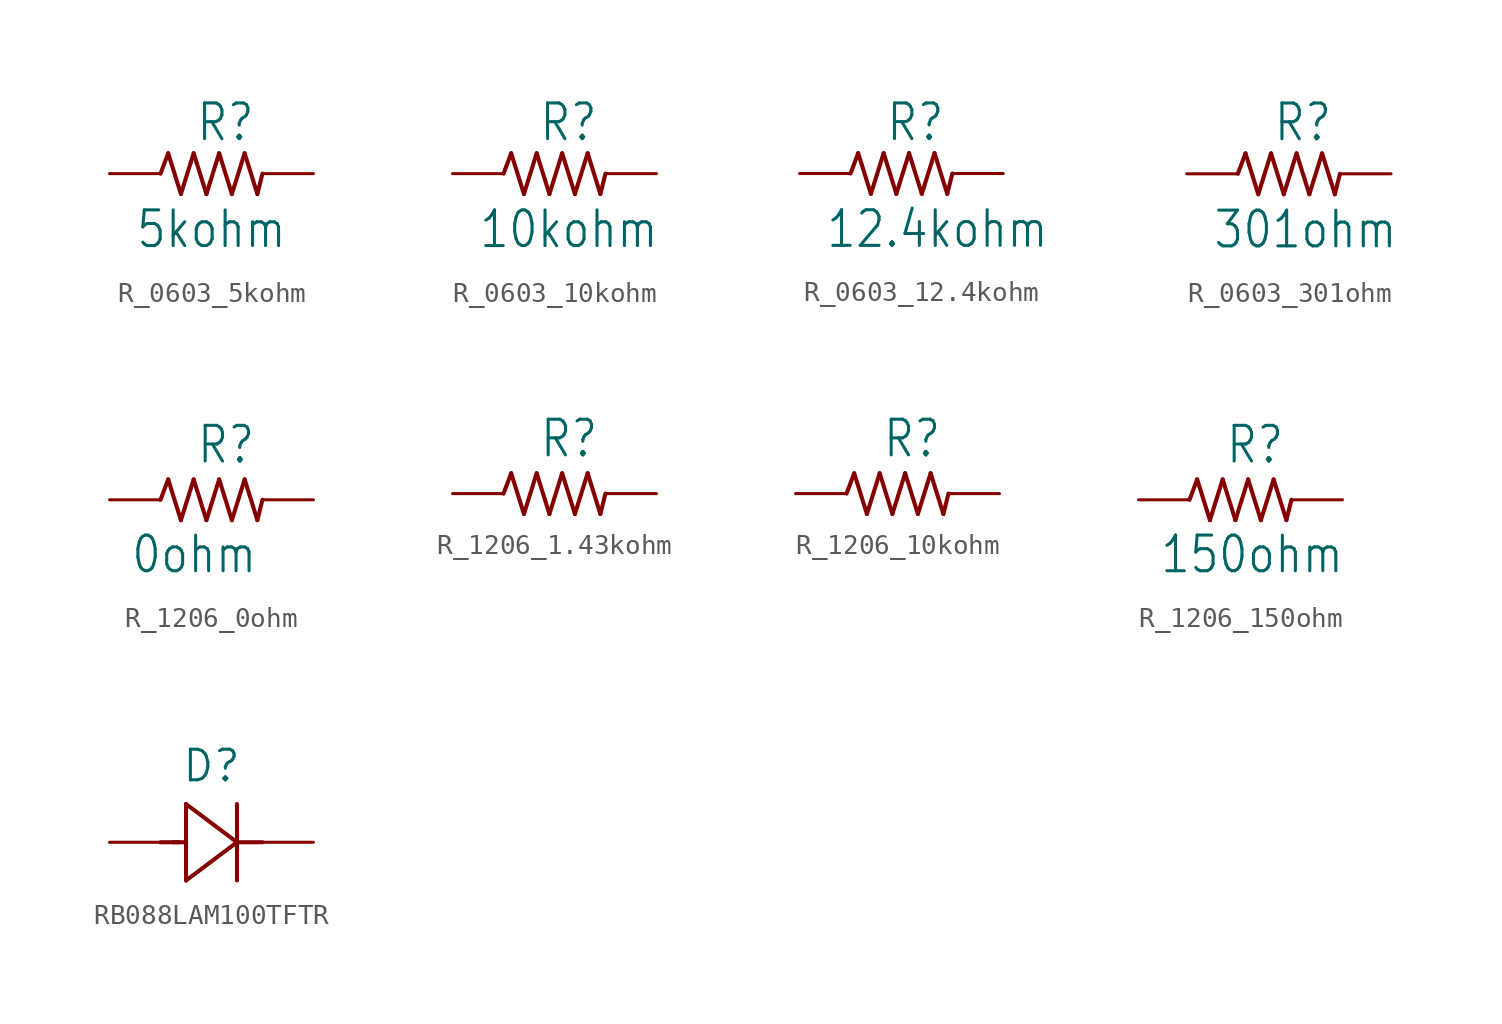
<source format=kicad_sym>
(kicad_symbol_lib
  (version 20220914)
  (generator kicad_symbol_editor)
  (symbol "R_0603_5kohm"
    (pin_numbers hide)
    (pin_names hide)
    (property "Reference" "R"
      (at -0.805 1.519 0)
      (effects (font (size 1.778 1.511)) (justify left bottom)))
    (property "Value" "5kohm"
      (at -3.81 -3.81 0)
      (effects (font (size 1.778 1.511)) (justify left bottom)))
    (symbol "R_0603_5kohm_1_0"
      (polyline (pts (xy -2.54 0) (xy -2.159 1.016)) (stroke (width 0.203) (type solid)) (fill (type none)))
      (polyline (pts (xy -2.159 1.016) (xy -1.524 -1.016)) (stroke (width 0.203) (type solid)) (fill (type none)))
      (polyline (pts (xy -1.524 -1.016) (xy -0.889 1.016)) (stroke (width 0.203) (type solid)) (fill (type none)))
      (polyline (pts (xy -0.889 1.016) (xy -0.254 -1.016)) (stroke (width 0.203) (type solid)) (fill (type none)))
      (polyline (pts (xy -0.254 -1.016) (xy 0.381 1.016)) (stroke (width 0.203) (type solid)) (fill (type none)))
      (polyline (pts (xy 0.381 1.016) (xy 1.016 -1.016)) (stroke (width 0.203) (type solid)) (fill (type none)))
      (polyline (pts (xy 1.016 -1.016) (xy 1.651 1.016)) (stroke (width 0.203) (type solid)) (fill (type none)))
      (polyline (pts (xy 1.651 1.016) (xy 2.286 -1.016)) (stroke (width 0.203) (type solid)) (fill (type none)))
      (polyline (pts (xy 2.286 -1.016) (xy 2.54 0)) (stroke (width 0.203) (type solid)) (fill (type none)))
      (pin passive line (at -5.08 0 0) (length 2.54) (name "1" (effects (font (size 0 0)))) (number "1" (effects (font (size 0 0)))))
      (pin passive line (at 5.08 0 180) (length 2.54) (name "2" (effects (font (size 0 0)))) (number "2" (effects (font (size 0 0)))))))
  (symbol "R_0603_10kohm"
    (pin_numbers hide)
    (pin_names hide)
    (property "Reference" "R"
      (at -0.805 1.519 0)
      (effects (font (size 1.778 1.511)) (justify left bottom)))
    (property "Value" "10kohm"
      (at -3.81 -3.81 0)
      (effects (font (size 1.778 1.511)) (justify left bottom)))
    (symbol "R_0603_10kohm_1_0"
      (polyline (pts (xy -2.54 0) (xy -2.159 1.016)) (stroke (width 0.203) (type solid)) (fill (type none)))
      (polyline (pts (xy -2.159 1.016) (xy -1.524 -1.016)) (stroke (width 0.203) (type solid)) (fill (type none)))
      (polyline (pts (xy -1.524 -1.016) (xy -0.889 1.016)) (stroke (width 0.203) (type solid)) (fill (type none)))
      (polyline (pts (xy -0.889 1.016) (xy -0.254 -1.016)) (stroke (width 0.203) (type solid)) (fill (type none)))
      (polyline (pts (xy -0.254 -1.016) (xy 0.381 1.016)) (stroke (width 0.203) (type solid)) (fill (type none)))
      (polyline (pts (xy 0.381 1.016) (xy 1.016 -1.016)) (stroke (width 0.203) (type solid)) (fill (type none)))
      (polyline (pts (xy 1.016 -1.016) (xy 1.651 1.016)) (stroke (width 0.203) (type solid)) (fill (type none)))
      (polyline (pts (xy 1.651 1.016) (xy 2.286 -1.016)) (stroke (width 0.203) (type solid)) (fill (type none)))
      (polyline (pts (xy 2.286 -1.016) (xy 2.54 0)) (stroke (width 0.203) (type solid)) (fill (type none)))
      (pin passive line (at -5.08 0 0) (length 2.54) (name "1" (effects (font (size 0 0)))) (number "1" (effects (font (size 0 0)))))
      (pin passive line (at 5.08 0 180) (length 2.54) (name "2" (effects (font (size 0 0)))) (number "2" (effects (font (size 0 0)))))))
  (symbol "R_0603_12.4kohm"
    (pin_numbers hide)
    (pin_names hide)
    (property "Reference" "R"
      (at -0.805 1.519 0)
      (effects (font (size 1.778 1.511)) (justify left bottom)))
    (property "Value" "12.4kohm"
      (at -3.81 -3.81 0)
      (effects (font (size 1.778 1.511)) (justify left bottom)))
    (symbol "R_0603_12.4kohm_1_0"
      (polyline (pts (xy -2.54 0) (xy -2.159 1.016)) (stroke (width 0.203) (type solid)) (fill (type none)))
      (polyline (pts (xy -2.159 1.016) (xy -1.524 -1.016)) (stroke (width 0.203) (type solid)) (fill (type none)))
      (polyline (pts (xy -1.524 -1.016) (xy -0.889 1.016)) (stroke (width 0.203) (type solid)) (fill (type none)))
      (polyline (pts (xy -0.889 1.016) (xy -0.254 -1.016)) (stroke (width 0.203) (type solid)) (fill (type none)))
      (polyline (pts (xy -0.254 -1.016) (xy 0.381 1.016)) (stroke (width 0.203) (type solid)) (fill (type none)))
      (polyline (pts (xy 0.381 1.016) (xy 1.016 -1.016)) (stroke (width 0.203) (type solid)) (fill (type none)))
      (polyline (pts (xy 1.016 -1.016) (xy 1.651 1.016)) (stroke (width 0.203) (type solid)) (fill (type none)))
      (polyline (pts (xy 1.651 1.016) (xy 2.286 -1.016)) (stroke (width 0.203) (type solid)) (fill (type none)))
      (polyline (pts (xy 2.286 -1.016) (xy 2.54 0)) (stroke (width 0.203) (type solid)) (fill (type none)))
      (pin passive line (at -5.08 0 0) (length 2.54) (name "1" (effects (font (size 0 0)))) (number "1" (effects (font (size 0 0)))))
      (pin passive line (at 5.08 0 180) (length 2.54) (name "2" (effects (font (size 0 0)))) (number "2" (effects (font (size 0 0)))))))
  (symbol "R_0603_301ohm"
    (pin_numbers hide)
    (pin_names hide)
    (property "Reference" "R"
      (at -0.805 1.519 0)
      (effects (font (size 1.778 1.511)) (justify left bottom)))
    (property "Value" "301ohm"
      (at -3.81 -3.81 0)
      (effects (font (size 1.778 1.511)) (justify left bottom)))
    (symbol "R_0603_301ohm_1_0"
      (polyline (pts (xy -2.54 0) (xy -2.159 1.016)) (stroke (width 0.203) (type solid)) (fill (type none)))
      (polyline (pts (xy -2.159 1.016) (xy -1.524 -1.016)) (stroke (width 0.203) (type solid)) (fill (type none)))
      (polyline (pts (xy -1.524 -1.016) (xy -0.889 1.016)) (stroke (width 0.203) (type solid)) (fill (type none)))
      (polyline (pts (xy -0.889 1.016) (xy -0.254 -1.016)) (stroke (width 0.203) (type solid)) (fill (type none)))
      (polyline (pts (xy -0.254 -1.016) (xy 0.381 1.016)) (stroke (width 0.203) (type solid)) (fill (type none)))
      (polyline (pts (xy 0.381 1.016) (xy 1.016 -1.016)) (stroke (width 0.203) (type solid)) (fill (type none)))
      (polyline (pts (xy 1.016 -1.016) (xy 1.651 1.016)) (stroke (width 0.203) (type solid)) (fill (type none)))
      (polyline (pts (xy 1.651 1.016) (xy 2.286 -1.016)) (stroke (width 0.203) (type solid)) (fill (type none)))
      (polyline (pts (xy 2.286 -1.016) (xy 2.54 0)) (stroke (width 0.203) (type solid)) (fill (type none)))
      (pin passive line (at -5.08 0 0) (length 2.54) (name "1" (effects (font (size 0 0)))) (number "1" (effects (font (size 0 0)))))
      (pin passive line (at 5.08 0 180) (length 2.54) (name "2" (effects (font (size 0 0)))) (number "2" (effects (font (size 0 0)))))))
  (symbol "R_1206_0ohm"
    (pin_numbers hide)
    (pin_names hide)
    (property "Reference" "R"
      (at -0.775 1.706 0)
      (effects (font (size 1.778 1.511)) (justify left bottom)))
    (property "Value" "0ohm"
      (at -4.057 -3.761 0)
      (effects (font (size 1.778 1.511)) (justify left bottom)))
    (symbol "R_1206_0ohm_1_0"
      (polyline (pts (xy -2.54 0) (xy -2.159 1.016)) (stroke (width 0.203) (type solid)) (fill (type none)))
      (polyline (pts (xy -2.159 1.016) (xy -1.524 -1.016)) (stroke (width 0.203) (type solid)) (fill (type none)))
      (polyline (pts (xy -1.524 -1.016) (xy -0.889 1.016)) (stroke (width 0.203) (type solid)) (fill (type none)))
      (polyline (pts (xy -0.889 1.016) (xy -0.254 -1.016)) (stroke (width 0.203) (type solid)) (fill (type none)))
      (polyline (pts (xy -0.254 -1.016) (xy 0.381 1.016)) (stroke (width 0.203) (type solid)) (fill (type none)))
      (polyline (pts (xy 0.381 1.016) (xy 1.016 -1.016)) (stroke (width 0.203) (type solid)) (fill (type none)))
      (polyline (pts (xy 1.016 -1.016) (xy 1.651 1.016)) (stroke (width 0.203) (type solid)) (fill (type none)))
      (polyline (pts (xy 1.651 1.016) (xy 2.286 -1.016)) (stroke (width 0.203) (type solid)) (fill (type none)))
      (polyline (pts (xy 2.286 -1.016) (xy 2.54 0)) (stroke (width 0.203) (type solid)) (fill (type none)))
      (pin passive line (at -5.08 0 0) (length 2.54) (name "1" (effects (font (size 0 0)))) (number "1" (effects (font (size 0 0)))))
      (pin passive line (at 5.08 0 180) (length 2.54) (name "2" (effects (font (size 0 0)))) (number "2" (effects (font (size 0 0)))))))
  (symbol "R_1206_1.43kohm"
    (pin_numbers hide)
    (pin_names hide)
    (property "Reference" "R"
      (at -0.775 1.706 0)
      (effects (font (size 1.778 1.511)) (justify left bottom)))
    (symbol "R_1206_1.43kohm_1_0"
      (polyline (pts (xy -2.54 0) (xy -2.159 1.016)) (stroke (width 0.203) (type solid)) (fill (type none)))
      (polyline (pts (xy -2.159 1.016) (xy -1.524 -1.016)) (stroke (width 0.203) (type solid)) (fill (type none)))
      (polyline (pts (xy -1.524 -1.016) (xy -0.889 1.016)) (stroke (width 0.203) (type solid)) (fill (type none)))
      (polyline (pts (xy -0.889 1.016) (xy -0.254 -1.016)) (stroke (width 0.203) (type solid)) (fill (type none)))
      (polyline (pts (xy -0.254 -1.016) (xy 0.381 1.016)) (stroke (width 0.203) (type solid)) (fill (type none)))
      (polyline (pts (xy 0.381 1.016) (xy 1.016 -1.016)) (stroke (width 0.203) (type solid)) (fill (type none)))
      (polyline (pts (xy 1.016 -1.016) (xy 1.651 1.016)) (stroke (width 0.203) (type solid)) (fill (type none)))
      (polyline (pts (xy 1.651 1.016) (xy 2.286 -1.016)) (stroke (width 0.203) (type solid)) (fill (type none)))
      (polyline (pts (xy 2.286 -1.016) (xy 2.54 0)) (stroke (width 0.203) (type solid)) (fill (type none)))
      (pin passive line (at -5.08 0 0) (length 2.54) (name "1" (effects (font (size 0 0)))) (number "1" (effects (font (size 0 0)))))
      (pin passive line (at 5.08 0 180) (length 2.54) (name "2" (effects (font (size 0 0)))) (number "2" (effects (font (size 0 0)))))))
  (symbol "R_1206_10kohm"
    (pin_numbers hide)
    (pin_names hide)
    (property "Reference" "R"
      (at -0.775 1.706 0)
      (effects (font (size 1.778 1.511)) (justify left bottom)))
    (symbol "R_1206_10kohm_1_0"
      (polyline (pts (xy -2.54 0) (xy -2.159 1.016)) (stroke (width 0.203) (type solid)) (fill (type none)))
      (polyline (pts (xy -2.159 1.016) (xy -1.524 -1.016)) (stroke (width 0.203) (type solid)) (fill (type none)))
      (polyline (pts (xy -1.524 -1.016) (xy -0.889 1.016)) (stroke (width 0.203) (type solid)) (fill (type none)))
      (polyline (pts (xy -0.889 1.016) (xy -0.254 -1.016)) (stroke (width 0.203) (type solid)) (fill (type none)))
      (polyline (pts (xy -0.254 -1.016) (xy 0.381 1.016)) (stroke (width 0.203) (type solid)) (fill (type none)))
      (polyline (pts (xy 0.381 1.016) (xy 1.016 -1.016)) (stroke (width 0.203) (type solid)) (fill (type none)))
      (polyline (pts (xy 1.016 -1.016) (xy 1.651 1.016)) (stroke (width 0.203) (type solid)) (fill (type none)))
      (polyline (pts (xy 1.651 1.016) (xy 2.286 -1.016)) (stroke (width 0.203) (type solid)) (fill (type none)))
      (polyline (pts (xy 2.286 -1.016) (xy 2.54 0)) (stroke (width 0.203) (type solid)) (fill (type none)))
      (pin passive line (at -5.08 0 0) (length 2.54) (name "1" (effects (font (size 0 0)))) (number "1" (effects (font (size 0 0)))))
      (pin passive line (at 5.08 0 180) (length 2.54) (name "2" (effects (font (size 0 0)))) (number "2" (effects (font (size 0 0)))))))
  (symbol "R_1206_150ohm"
    (pin_numbers hide)
    (pin_names hide)
    (property "Reference" "R"
      (at -0.775 1.706 0)
      (effects (font (size 1.778 1.511)) (justify left bottom)))
    (property "Value" "150ohm"
      (at -4.057 -3.761 0)
      (effects (font (size 1.778 1.511)) (justify left bottom)))
    (symbol "R_1206_150ohm_1_0"
      (polyline (pts (xy -2.54 0) (xy -2.159 1.016)) (stroke (width 0.203) (type solid)) (fill (type none)))
      (polyline (pts (xy -2.159 1.016) (xy -1.524 -1.016)) (stroke (width 0.203) (type solid)) (fill (type none)))
      (polyline (pts (xy -1.524 -1.016) (xy -0.889 1.016)) (stroke (width 0.203) (type solid)) (fill (type none)))
      (polyline (pts (xy -0.889 1.016) (xy -0.254 -1.016)) (stroke (width 0.203) (type solid)) (fill (type none)))
      (polyline (pts (xy -0.254 -1.016) (xy 0.381 1.016)) (stroke (width 0.203) (type solid)) (fill (type none)))
      (polyline (pts (xy 0.381 1.016) (xy 1.016 -1.016)) (stroke (width 0.203) (type solid)) (fill (type none)))
      (polyline (pts (xy 1.016 -1.016) (xy 1.651 1.016)) (stroke (width 0.203) (type solid)) (fill (type none)))
      (polyline (pts (xy 1.651 1.016) (xy 2.286 -1.016)) (stroke (width 0.203) (type solid)) (fill (type none)))
      (polyline (pts (xy 2.286 -1.016) (xy 2.54 0)) (stroke (width 0.203) (type solid)) (fill (type none)))
      (pin passive line (at -5.08 0 0) (length 2.54) (name "1" (effects (font (size 0 0)))) (number "1" (effects (font (size 0 0)))))
      (pin passive line (at 5.08 0 180) (length 2.54) (name "2" (effects (font (size 0 0)))) (number "2" (effects (font (size 0 0)))))))
  (symbol "RB088LAM100TFTR"
    (pin_numbers hide)
    (pin_names hide)
    (property "Reference" "D"
      (at 0 3.81 0)
      (effects (font (size 1.524 1.524))))
    (symbol "RB088LAM100TFTR_1_1"
      (polyline (pts (xy -2.54 0) (xy -1.6 0)) (stroke (width 0.203) (type solid)) (fill (type none)))
      (polyline (pts (xy -1.905 0) (xy -1.27 0)) (stroke (width 0.203) (type solid)) (fill (type none)))
      (polyline (pts (xy -1.27 -1.905) (xy 1.27 0)) (stroke (width 0.203) (type solid)) (fill (type none)))
      (polyline (pts (xy -1.27 1.905) (xy -1.27 -1.905)) (stroke (width 0.203) (type solid)) (fill (type none)))
      (polyline (pts (xy 1.27 -1.905) (xy 1.27 1.905)) (stroke (width 0.203) (type solid)) (fill (type none)))
      (polyline (pts (xy 1.27 0) (xy -1.27 1.905)) (stroke (width 0.203) (type solid)) (fill (type none)))
      (polyline (pts (xy 1.27 0) (xy 2.54 0)) (stroke (width 0.203) (type solid)) (fill (type none)))
      (pin passive line (at 5.08 0 180) (length 2.54) (name "1" (effects (font (size 1.499 1.499)))) (number "1" (effects (font (size 1.499 1.499)))))
      (pin passive line (at -5.08 0 0) (length 2.54) (name "2" (effects (font (size 1.499 1.499)))) (number "2" (effects (font (size 1.499 1.499))))))))
</source>
